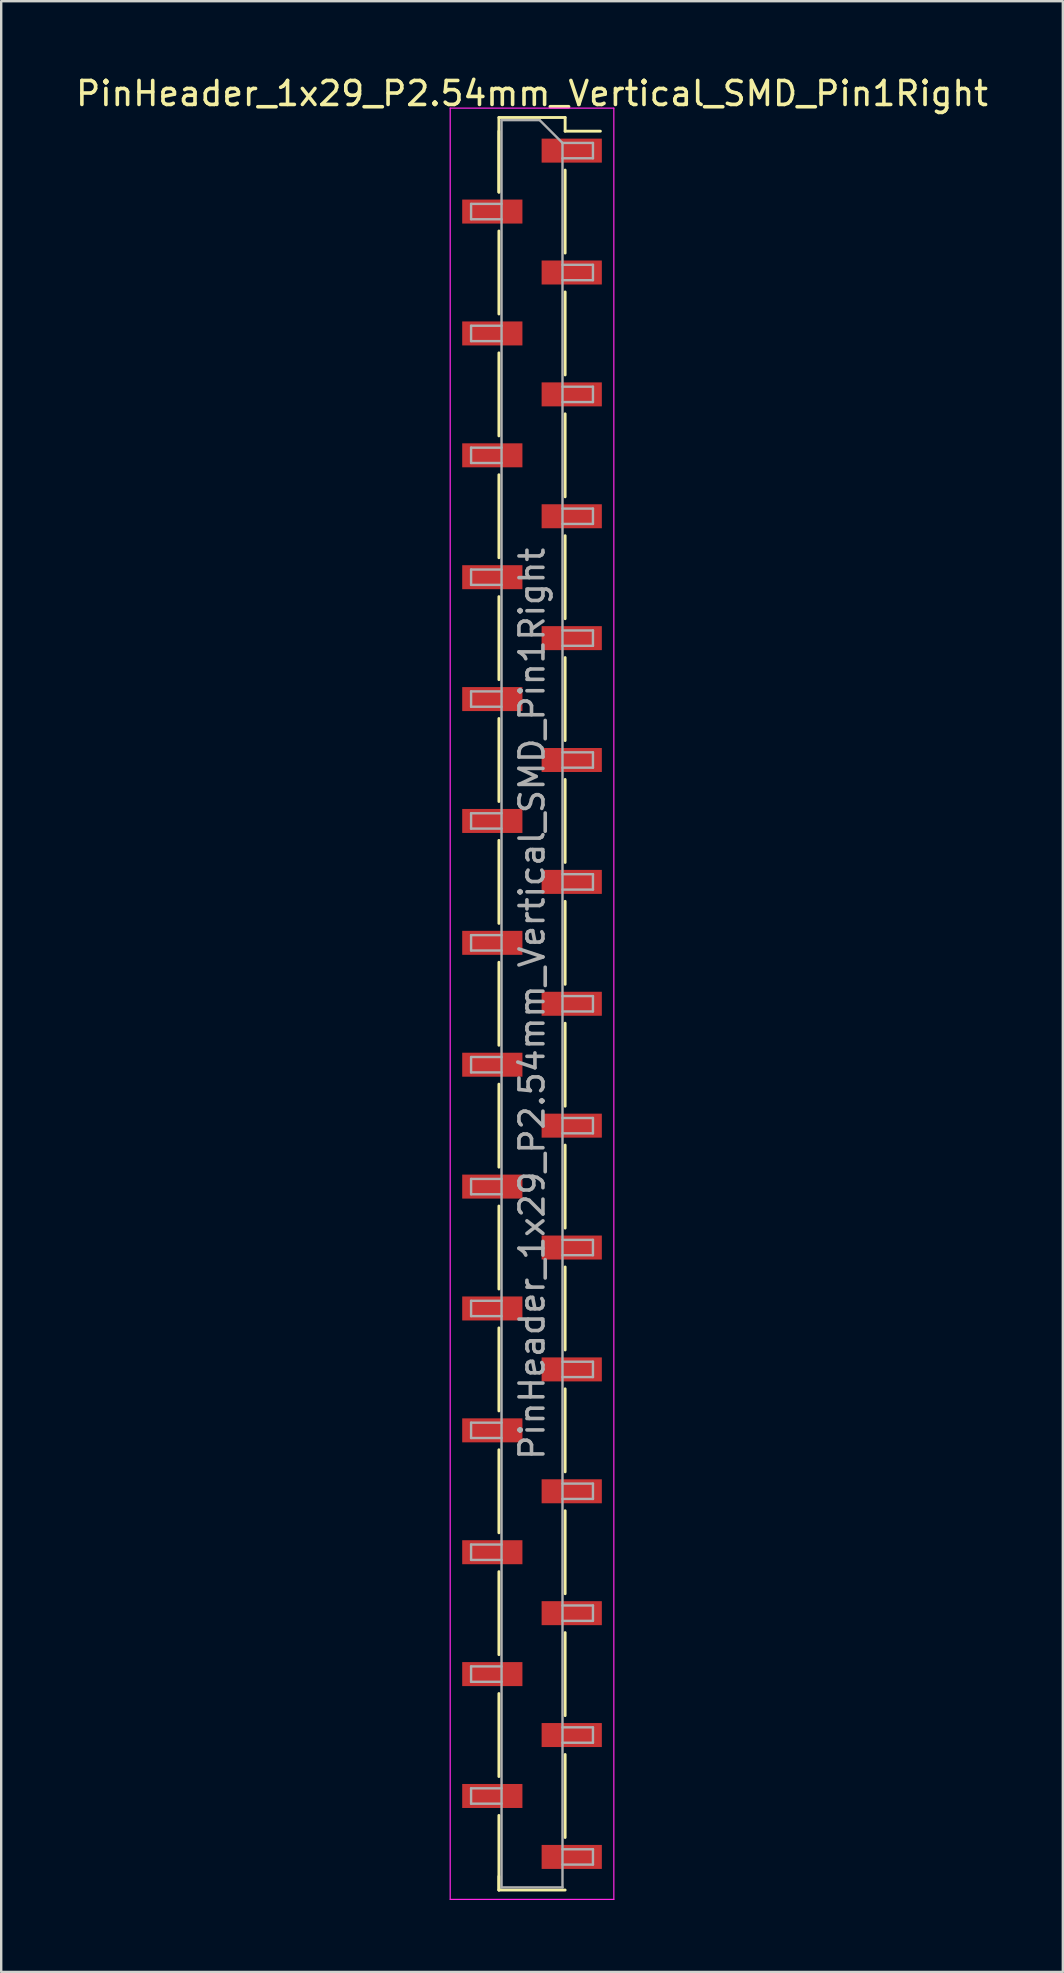
<source format=kicad_pcb>
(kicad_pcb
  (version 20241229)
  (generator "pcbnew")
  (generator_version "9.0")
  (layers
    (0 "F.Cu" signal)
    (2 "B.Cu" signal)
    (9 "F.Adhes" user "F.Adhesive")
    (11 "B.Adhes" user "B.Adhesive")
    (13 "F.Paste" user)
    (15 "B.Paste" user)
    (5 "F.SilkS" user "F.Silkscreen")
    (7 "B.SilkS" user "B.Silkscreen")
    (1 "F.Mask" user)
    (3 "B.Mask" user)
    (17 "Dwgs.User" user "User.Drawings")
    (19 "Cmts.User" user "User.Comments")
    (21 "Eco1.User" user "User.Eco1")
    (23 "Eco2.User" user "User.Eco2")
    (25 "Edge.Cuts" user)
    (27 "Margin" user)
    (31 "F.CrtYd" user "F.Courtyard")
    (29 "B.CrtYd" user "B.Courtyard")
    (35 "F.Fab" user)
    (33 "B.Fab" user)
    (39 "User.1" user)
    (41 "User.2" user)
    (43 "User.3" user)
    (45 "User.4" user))
  (footprint "PinHeader_1x29_P2.54mm_Vertical_SMD_Pin1Right"
    (layer "F.Cu")
    (at 19.125 38.788)
    (property "Reference" "PinHeader_1x29_P2.54mm_Vertical_SMD_Pin1Right" (at 0 -37.94 0) (layer "F.SilkS") (effects (font (size 1 1) (thickness 0.15))))
    (attr smd)
    (fp_line (start -1.38 -36.94) (end -1.38 -33.83) (stroke (width 0.12) (type solid)) (layer "F.SilkS"))
    (fp_line (start -1.38 -36.94) (end 1.38 -36.94) (stroke (width 0.12) (type solid)) (layer "F.SilkS"))
    (fp_line (start -1.38 -36.37) (end -1.38 -33.83) (stroke (width 0.12) (type solid)) (layer "F.SilkS"))
    (fp_line (start -1.38 -32.21) (end -1.38 -28.75) (stroke (width 0.12) (type solid)) (layer "F.SilkS"))
    (fp_line (start -1.38 -27.13) (end -1.38 -23.67) (stroke (width 0.12) (type solid)) (layer "F.SilkS"))
    (fp_line (start -1.38 -22.05) (end -1.38 -18.59) (stroke (width 0.12) (type solid)) (layer "F.SilkS"))
    (fp_line (start -1.38 -16.97) (end -1.38 -13.51) (stroke (width 0.12) (type solid)) (layer "F.SilkS"))
    (fp_line (start -1.38 -11.89) (end -1.38 -8.43) (stroke (width 0.12) (type solid)) (layer "F.SilkS"))
    (fp_line (start -1.38 -6.81) (end -1.38 -3.35) (stroke (width 0.12) (type solid)) (layer "F.SilkS"))
    (fp_line (start -1.38 -1.73) (end -1.38 1.73) (stroke (width 0.12) (type solid)) (layer "F.SilkS"))
    (fp_line (start -1.38 3.35) (end -1.38 6.81) (stroke (width 0.12) (type solid)) (layer "F.SilkS"))
    (fp_line (start -1.38 8.43) (end -1.38 11.89) (stroke (width 0.12) (type solid)) (layer "F.SilkS"))
    (fp_line (start -1.38 13.51) (end -1.38 16.97) (stroke (width 0.12) (type solid)) (layer "F.SilkS"))
    (fp_line (start -1.38 18.59) (end -1.38 22.05) (stroke (width 0.12) (type solid)) (layer "F.SilkS"))
    (fp_line (start -1.38 23.67) (end -1.38 27.13) (stroke (width 0.12) (type solid)) (layer "F.SilkS"))
    (fp_line (start -1.38 28.75) (end -1.38 32.21) (stroke (width 0.12) (type solid)) (layer "F.SilkS"))
    (fp_line (start -1.38 33.83) (end -1.38 36.94) (stroke (width 0.12) (type solid)) (layer "F.SilkS"))
    (fp_line (start -1.38 36.37) (end -1.38 36.94) (stroke (width 0.12) (type solid)) (layer "F.SilkS"))
    (fp_line (start -1.38 36.94) (end 1.38 36.94) (stroke (width 0.12) (type solid)) (layer "F.SilkS"))
    (fp_line (start 1.38 -36.94) (end 1.38 -36.37) (stroke (width 0.12) (type solid)) (layer "F.SilkS"))
    (fp_line (start 1.38 -36.37) (end 2.85 -36.37) (stroke (width 0.12) (type solid)) (layer "F.SilkS"))
    (fp_line (start 1.38 -34.75) (end 1.38 -31.29) (stroke (width 0.12) (type solid)) (layer "F.SilkS"))
    (fp_line (start 1.38 -29.67) (end 1.38 -26.21) (stroke (width 0.12) (type solid)) (layer "F.SilkS"))
    (fp_line (start 1.38 -24.59) (end 1.38 -21.13) (stroke (width 0.12) (type solid)) (layer "F.SilkS"))
    (fp_line (start 1.38 -19.51) (end 1.38 -16.05) (stroke (width 0.12) (type solid)) (layer "F.SilkS"))
    (fp_line (start 1.38 -14.43) (end 1.38 -10.97) (stroke (width 0.12) (type solid)) (layer "F.SilkS"))
    (fp_line (start 1.38 -9.35) (end 1.38 -5.89) (stroke (width 0.12) (type solid)) (layer "F.SilkS"))
    (fp_line (start 1.38 -4.27) (end 1.38 -0.81) (stroke (width 0.12) (type solid)) (layer "F.SilkS"))
    (fp_line (start 1.38 0.81) (end 1.38 4.27) (stroke (width 0.12) (type solid)) (layer "F.SilkS"))
    (fp_line (start 1.38 5.89) (end 1.38 9.35) (stroke (width 0.12) (type solid)) (layer "F.SilkS"))
    (fp_line (start 1.38 10.97) (end 1.38 14.43) (stroke (width 0.12) (type solid)) (layer "F.SilkS"))
    (fp_line (start 1.38 16.05) (end 1.38 19.51) (stroke (width 0.12) (type solid)) (layer "F.SilkS"))
    (fp_line (start 1.38 21.13) (end 1.38 24.59) (stroke (width 0.12) (type solid)) (layer "F.SilkS"))
    (fp_line (start 1.38 26.21) (end 1.38 29.67) (stroke (width 0.12) (type solid)) (layer "F.SilkS"))
    (fp_line (start 1.38 31.29) (end 1.38 34.75) (stroke (width 0.12) (type solid)) (layer "F.SilkS"))
    (fp_line (start -3.41 -37.33) (end -3.41 37.33) (stroke (width 0.05) (type solid)) (layer "F.CrtYd"))
    (fp_line (start -3.41 37.33) (end 3.41 37.33) (stroke (width 0.05) (type solid)) (layer "F.CrtYd"))
    (fp_line (start 3.41 -37.33) (end -3.41 -37.33) (stroke (width 0.05) (type solid)) (layer "F.CrtYd"))
    (fp_line (start 3.41 37.33) (end 3.41 -37.33) (stroke (width 0.05) (type solid)) (layer "F.CrtYd"))
    (fp_line (start -2.54 -33.34) (end -2.54 -32.7) (stroke (width 0.1) (type solid)) (layer "F.Fab"))
    (fp_line (start -2.54 -32.7) (end -1.27 -32.7) (stroke (width 0.1) (type solid)) (layer "F.Fab"))
    (fp_line (start -2.54 -28.26) (end -2.54 -27.62) (stroke (width 0.1) (type solid)) (layer "F.Fab"))
    (fp_line (start -2.54 -27.62) (end -1.27 -27.62) (stroke (width 0.1) (type solid)) (layer "F.Fab"))
    (fp_line (start -2.54 -23.18) (end -2.54 -22.54) (stroke (width 0.1) (type solid)) (layer "F.Fab"))
    (fp_line (start -2.54 -22.54) (end -1.27 -22.54) (stroke (width 0.1) (type solid)) (layer "F.Fab"))
    (fp_line (start -2.54 -18.1) (end -2.54 -17.46) (stroke (width 0.1) (type solid)) (layer "F.Fab"))
    (fp_line (start -2.54 -17.46) (end -1.27 -17.46) (stroke (width 0.1) (type solid)) (layer "F.Fab"))
    (fp_line (start -2.54 -13.02) (end -2.54 -12.38) (stroke (width 0.1) (type solid)) (layer "F.Fab"))
    (fp_line (start -2.54 -12.38) (end -1.27 -12.38) (stroke (width 0.1) (type solid)) (layer "F.Fab"))
    (fp_line (start -2.54 -7.94) (end -2.54 -7.3) (stroke (width 0.1) (type solid)) (layer "F.Fab"))
    (fp_line (start -2.54 -7.3) (end -1.27 -7.3) (stroke (width 0.1) (type solid)) (layer "F.Fab"))
    (fp_line (start -2.54 -2.86) (end -2.54 -2.22) (stroke (width 0.1) (type solid)) (layer "F.Fab"))
    (fp_line (start -2.54 -2.22) (end -1.27 -2.22) (stroke (width 0.1) (type solid)) (layer "F.Fab"))
    (fp_line (start -2.54 2.22) (end -2.54 2.86) (stroke (width 0.1) (type solid)) (layer "F.Fab"))
    (fp_line (start -2.54 2.86) (end -1.27 2.86) (stroke (width 0.1) (type solid)) (layer "F.Fab"))
    (fp_line (start -2.54 7.3) (end -2.54 7.94) (stroke (width 0.1) (type solid)) (layer "F.Fab"))
    (fp_line (start -2.54 7.94) (end -1.27 7.94) (stroke (width 0.1) (type solid)) (layer "F.Fab"))
    (fp_line (start -2.54 12.38) (end -2.54 13.02) (stroke (width 0.1) (type solid)) (layer "F.Fab"))
    (fp_line (start -2.54 13.02) (end -1.27 13.02) (stroke (width 0.1) (type solid)) (layer "F.Fab"))
    (fp_line (start -2.54 17.46) (end -2.54 18.1) (stroke (width 0.1) (type solid)) (layer "F.Fab"))
    (fp_line (start -2.54 18.1) (end -1.27 18.1) (stroke (width 0.1) (type solid)) (layer "F.Fab"))
    (fp_line (start -2.54 22.54) (end -2.54 23.18) (stroke (width 0.1) (type solid)) (layer "F.Fab"))
    (fp_line (start -2.54 23.18) (end -1.27 23.18) (stroke (width 0.1) (type solid)) (layer "F.Fab"))
    (fp_line (start -2.54 27.62) (end -2.54 28.26) (stroke (width 0.1) (type solid)) (layer "F.Fab"))
    (fp_line (start -2.54 28.26) (end -1.27 28.26) (stroke (width 0.1) (type solid)) (layer "F.Fab"))
    (fp_line (start -2.54 32.7) (end -2.54 33.34) (stroke (width 0.1) (type solid)) (layer "F.Fab"))
    (fp_line (start -2.54 33.34) (end -1.27 33.34) (stroke (width 0.1) (type solid)) (layer "F.Fab"))
    (fp_line (start -1.27 -36.83) (end -1.27 36.83) (stroke (width 0.1) (type solid)) (layer "F.Fab"))
    (fp_line (start -1.27 -36.83) (end 0.32 -36.83) (stroke (width 0.1) (type solid)) (layer "F.Fab"))
    (fp_line (start -1.27 -33.34) (end -2.54 -33.34) (stroke (width 0.1) (type solid)) (layer "F.Fab"))
    (fp_line (start -1.27 -28.26) (end -2.54 -28.26) (stroke (width 0.1) (type solid)) (layer "F.Fab"))
    (fp_line (start -1.27 -23.18) (end -2.54 -23.18) (stroke (width 0.1) (type solid)) (layer "F.Fab"))
    (fp_line (start -1.27 -18.1) (end -2.54 -18.1) (stroke (width 0.1) (type solid)) (layer "F.Fab"))
    (fp_line (start -1.27 -13.02) (end -2.54 -13.02) (stroke (width 0.1) (type solid)) (layer "F.Fab"))
    (fp_line (start -1.27 -7.94) (end -2.54 -7.94) (stroke (width 0.1) (type solid)) (layer "F.Fab"))
    (fp_line (start -1.27 -2.86) (end -2.54 -2.86) (stroke (width 0.1) (type solid)) (layer "F.Fab"))
    (fp_line (start -1.27 2.22) (end -2.54 2.22) (stroke (width 0.1) (type solid)) (layer "F.Fab"))
    (fp_line (start -1.27 7.3) (end -2.54 7.3) (stroke (width 0.1) (type solid)) (layer "F.Fab"))
    (fp_line (start -1.27 12.38) (end -2.54 12.38) (stroke (width 0.1) (type solid)) (layer "F.Fab"))
    (fp_line (start -1.27 17.46) (end -2.54 17.46) (stroke (width 0.1) (type solid)) (layer "F.Fab"))
    (fp_line (start -1.27 22.54) (end -2.54 22.54) (stroke (width 0.1) (type solid)) (layer "F.Fab"))
    (fp_line (start -1.27 27.62) (end -2.54 27.62) (stroke (width 0.1) (type solid)) (layer "F.Fab"))
    (fp_line (start -1.27 32.7) (end -2.54 32.7) (stroke (width 0.1) (type solid)) (layer "F.Fab"))
    (fp_line (start 1.27 -35.88) (end 0.32 -36.83) (stroke (width 0.1) (type solid)) (layer "F.Fab"))
    (fp_line (start 1.27 -35.88) (end 2.54 -35.88) (stroke (width 0.1) (type solid)) (layer "F.Fab"))
    (fp_line (start 1.27 -30.8) (end 2.54 -30.8) (stroke (width 0.1) (type solid)) (layer "F.Fab"))
    (fp_line (start 1.27 -25.72) (end 2.54 -25.72) (stroke (width 0.1) (type solid)) (layer "F.Fab"))
    (fp_line (start 1.27 -20.64) (end 2.54 -20.64) (stroke (width 0.1) (type solid)) (layer "F.Fab"))
    (fp_line (start 1.27 -15.56) (end 2.54 -15.56) (stroke (width 0.1) (type solid)) (layer "F.Fab"))
    (fp_line (start 1.27 -10.48) (end 2.54 -10.48) (stroke (width 0.1) (type solid)) (layer "F.Fab"))
    (fp_line (start 1.27 -5.4) (end 2.54 -5.4) (stroke (width 0.1) (type solid)) (layer "F.Fab"))
    (fp_line (start 1.27 -0.32) (end 2.54 -0.32) (stroke (width 0.1) (type solid)) (layer "F.Fab"))
    (fp_line (start 1.27 4.76) (end 2.54 4.76) (stroke (width 0.1) (type solid)) (layer "F.Fab"))
    (fp_line (start 1.27 9.84) (end 2.54 9.84) (stroke (width 0.1) (type solid)) (layer "F.Fab"))
    (fp_line (start 1.27 14.92) (end 2.54 14.92) (stroke (width 0.1) (type solid)) (layer "F.Fab"))
    (fp_line (start 1.27 20) (end 2.54 20) (stroke (width 0.1) (type solid)) (layer "F.Fab"))
    (fp_line (start 1.27 25.08) (end 2.54 25.08) (stroke (width 0.1) (type solid)) (layer "F.Fab"))
    (fp_line (start 1.27 30.16) (end 2.54 30.16) (stroke (width 0.1) (type solid)) (layer "F.Fab"))
    (fp_line (start 1.27 35.24) (end 2.54 35.24) (stroke (width 0.1) (type solid)) (layer "F.Fab"))
    (fp_line (start 1.27 36.83) (end -1.27 36.83) (stroke (width 0.1) (type solid)) (layer "F.Fab"))
    (fp_line (start 1.27 36.83) (end 1.27 -35.88) (stroke (width 0.1) (type solid)) (layer "F.Fab"))
    (fp_line (start 2.54 -35.88) (end 2.54 -35.24) (stroke (width 0.1) (type solid)) (layer "F.Fab"))
    (fp_line (start 2.54 -35.24) (end 1.27 -35.24) (stroke (width 0.1) (type solid)) (layer "F.Fab"))
    (fp_line (start 2.54 -30.8) (end 2.54 -30.16) (stroke (width 0.1) (type solid)) (layer "F.Fab"))
    (fp_line (start 2.54 -30.16) (end 1.27 -30.16) (stroke (width 0.1) (type solid)) (layer "F.Fab"))
    (fp_line (start 2.54 -25.72) (end 2.54 -25.08) (stroke (width 0.1) (type solid)) (layer "F.Fab"))
    (fp_line (start 2.54 -25.08) (end 1.27 -25.08) (stroke (width 0.1) (type solid)) (layer "F.Fab"))
    (fp_line (start 2.54 -20.64) (end 2.54 -20) (stroke (width 0.1) (type solid)) (layer "F.Fab"))
    (fp_line (start 2.54 -20) (end 1.27 -20) (stroke (width 0.1) (type solid)) (layer "F.Fab"))
    (fp_line (start 2.54 -15.56) (end 2.54 -14.92) (stroke (width 0.1) (type solid)) (layer "F.Fab"))
    (fp_line (start 2.54 -14.92) (end 1.27 -14.92) (stroke (width 0.1) (type solid)) (layer "F.Fab"))
    (fp_line (start 2.54 -10.48) (end 2.54 -9.84) (stroke (width 0.1) (type solid)) (layer "F.Fab"))
    (fp_line (start 2.54 -9.84) (end 1.27 -9.84) (stroke (width 0.1) (type solid)) (layer "F.Fab"))
    (fp_line (start 2.54 -5.4) (end 2.54 -4.76) (stroke (width 0.1) (type solid)) (layer "F.Fab"))
    (fp_line (start 2.54 -4.76) (end 1.27 -4.76) (stroke (width 0.1) (type solid)) (layer "F.Fab"))
    (fp_line (start 2.54 -0.32) (end 2.54 0.32) (stroke (width 0.1) (type solid)) (layer "F.Fab"))
    (fp_line (start 2.54 0.32) (end 1.27 0.32) (stroke (width 0.1) (type solid)) (layer "F.Fab"))
    (fp_line (start 2.54 4.76) (end 2.54 5.4) (stroke (width 0.1) (type solid)) (layer "F.Fab"))
    (fp_line (start 2.54 5.4) (end 1.27 5.4) (stroke (width 0.1) (type solid)) (layer "F.Fab"))
    (fp_line (start 2.54 9.84) (end 2.54 10.48) (stroke (width 0.1) (type solid)) (layer "F.Fab"))
    (fp_line (start 2.54 10.48) (end 1.27 10.48) (stroke (width 0.1) (type solid)) (layer "F.Fab"))
    (fp_line (start 2.54 14.92) (end 2.54 15.56) (stroke (width 0.1) (type solid)) (layer "F.Fab"))
    (fp_line (start 2.54 15.56) (end 1.27 15.56) (stroke (width 0.1) (type solid)) (layer "F.Fab"))
    (fp_line (start 2.54 20) (end 2.54 20.64) (stroke (width 0.1) (type solid)) (layer "F.Fab"))
    (fp_line (start 2.54 20.64) (end 1.27 20.64) (stroke (width 0.1) (type solid)) (layer "F.Fab"))
    (fp_line (start 2.54 25.08) (end 2.54 25.72) (stroke (width 0.1) (type solid)) (layer "F.Fab"))
    (fp_line (start 2.54 25.72) (end 1.27 25.72) (stroke (width 0.1) (type solid)) (layer "F.Fab"))
    (fp_line (start 2.54 30.16) (end 2.54 30.8) (stroke (width 0.1) (type solid)) (layer "F.Fab"))
    (fp_line (start 2.54 30.8) (end 1.27 30.8) (stroke (width 0.1) (type solid)) (layer "F.Fab"))
    (fp_line (start 2.54 35.24) (end 2.54 35.88) (stroke (width 0.1) (type solid)) (layer "F.Fab"))
    (fp_line (start 2.54 35.88) (end 1.27 35.88) (stroke (width 0.1) (type solid)) (layer "F.Fab"))
    (fp_text user "${REFERENCE}" (at 0 0 90) (layer "F.Fab") (effects (font (size 1 1) (thickness 0.15))))
    (pad "1" smd rect (at 1.655 -35.56) (size 2.51 1) (layers "F.Cu" "F.Mask" "F.Paste"))
    (pad "2" smd rect (at -1.655 -33.02) (size 2.51 1) (layers "F.Cu" "F.Mask" "F.Paste"))
    (pad "3" smd rect (at 1.655 -30.48) (size 2.51 1) (layers "F.Cu" "F.Mask" "F.Paste"))
    (pad "4" smd rect (at -1.655 -27.94) (size 2.51 1) (layers "F.Cu" "F.Mask" "F.Paste"))
    (pad "5" smd rect (at 1.655 -25.4) (size 2.51 1) (layers "F.Cu" "F.Mask" "F.Paste"))
    (pad "6" smd rect (at -1.655 -22.86) (size 2.51 1) (layers "F.Cu" "F.Mask" "F.Paste"))
    (pad "7" smd rect (at 1.655 -20.32) (size 2.51 1) (layers "F.Cu" "F.Mask" "F.Paste"))
    (pad "8" smd rect (at -1.655 -17.78) (size 2.51 1) (layers "F.Cu" "F.Mask" "F.Paste"))
    (pad "9" smd rect (at 1.655 -15.24) (size 2.51 1) (layers "F.Cu" "F.Mask" "F.Paste"))
    (pad "10" smd rect (at -1.655 -12.7) (size 2.51 1) (layers "F.Cu" "F.Mask" "F.Paste"))
    (pad "11" smd rect (at 1.655 -10.16) (size 2.51 1) (layers "F.Cu" "F.Mask" "F.Paste"))
    (pad "12" smd rect (at -1.655 -7.62) (size 2.51 1) (layers "F.Cu" "F.Mask" "F.Paste"))
    (pad "13" smd rect (at 1.655 -5.08) (size 2.51 1) (layers "F.Cu" "F.Mask" "F.Paste"))
    (pad "14" smd rect (at -1.655 -2.54) (size 2.51 1) (layers "F.Cu" "F.Mask" "F.Paste"))
    (pad "15" smd rect (at 1.655 0) (size 2.51 1) (layers "F.Cu" "F.Mask" "F.Paste"))
    (pad "16" smd rect (at -1.655 2.54) (size 2.51 1) (layers "F.Cu" "F.Mask" "F.Paste"))
    (pad "17" smd rect (at 1.655 5.08) (size 2.51 1) (layers "F.Cu" "F.Mask" "F.Paste"))
    (pad "18" smd rect (at -1.655 7.62) (size 2.51 1) (layers "F.Cu" "F.Mask" "F.Paste"))
    (pad "19" smd rect (at 1.655 10.16) (size 2.51 1) (layers "F.Cu" "F.Mask" "F.Paste"))
    (pad "20" smd rect (at -1.655 12.7) (size 2.51 1) (layers "F.Cu" "F.Mask" "F.Paste"))
    (pad "21" smd rect (at 1.655 15.24) (size 2.51 1) (layers "F.Cu" "F.Mask" "F.Paste"))
    (pad "22" smd rect (at -1.655 17.78) (size 2.51 1) (layers "F.Cu" "F.Mask" "F.Paste"))
    (pad "23" smd rect (at 1.655 20.32) (size 2.51 1) (layers "F.Cu" "F.Mask" "F.Paste"))
    (pad "24" smd rect (at -1.655 22.86) (size 2.51 1) (layers "F.Cu" "F.Mask" "F.Paste"))
    (pad "25" smd rect (at 1.655 25.4) (size 2.51 1) (layers "F.Cu" "F.Mask" "F.Paste"))
    (pad "26" smd rect (at -1.655 27.94) (size 2.51 1) (layers "F.Cu" "F.Mask" "F.Paste"))
    (pad "27" smd rect (at 1.655 30.48) (size 2.51 1) (layers "F.Cu" "F.Mask" "F.Paste"))
    (pad "28" smd rect (at -1.655 33.02) (size 2.51 1) (layers "F.Cu" "F.Mask" "F.Paste"))
    (pad "29" smd rect (at 1.655 35.56) (size 2.51 1) (layers "F.Cu" "F.Mask" "F.Paste")))
  (gr_rect
    (start -3 -3)
    (end 41.25 79.143)
    (stroke (width 0.1) (type default))
    (fill no)
    (layer "Edge.Cuts")))
</source>
